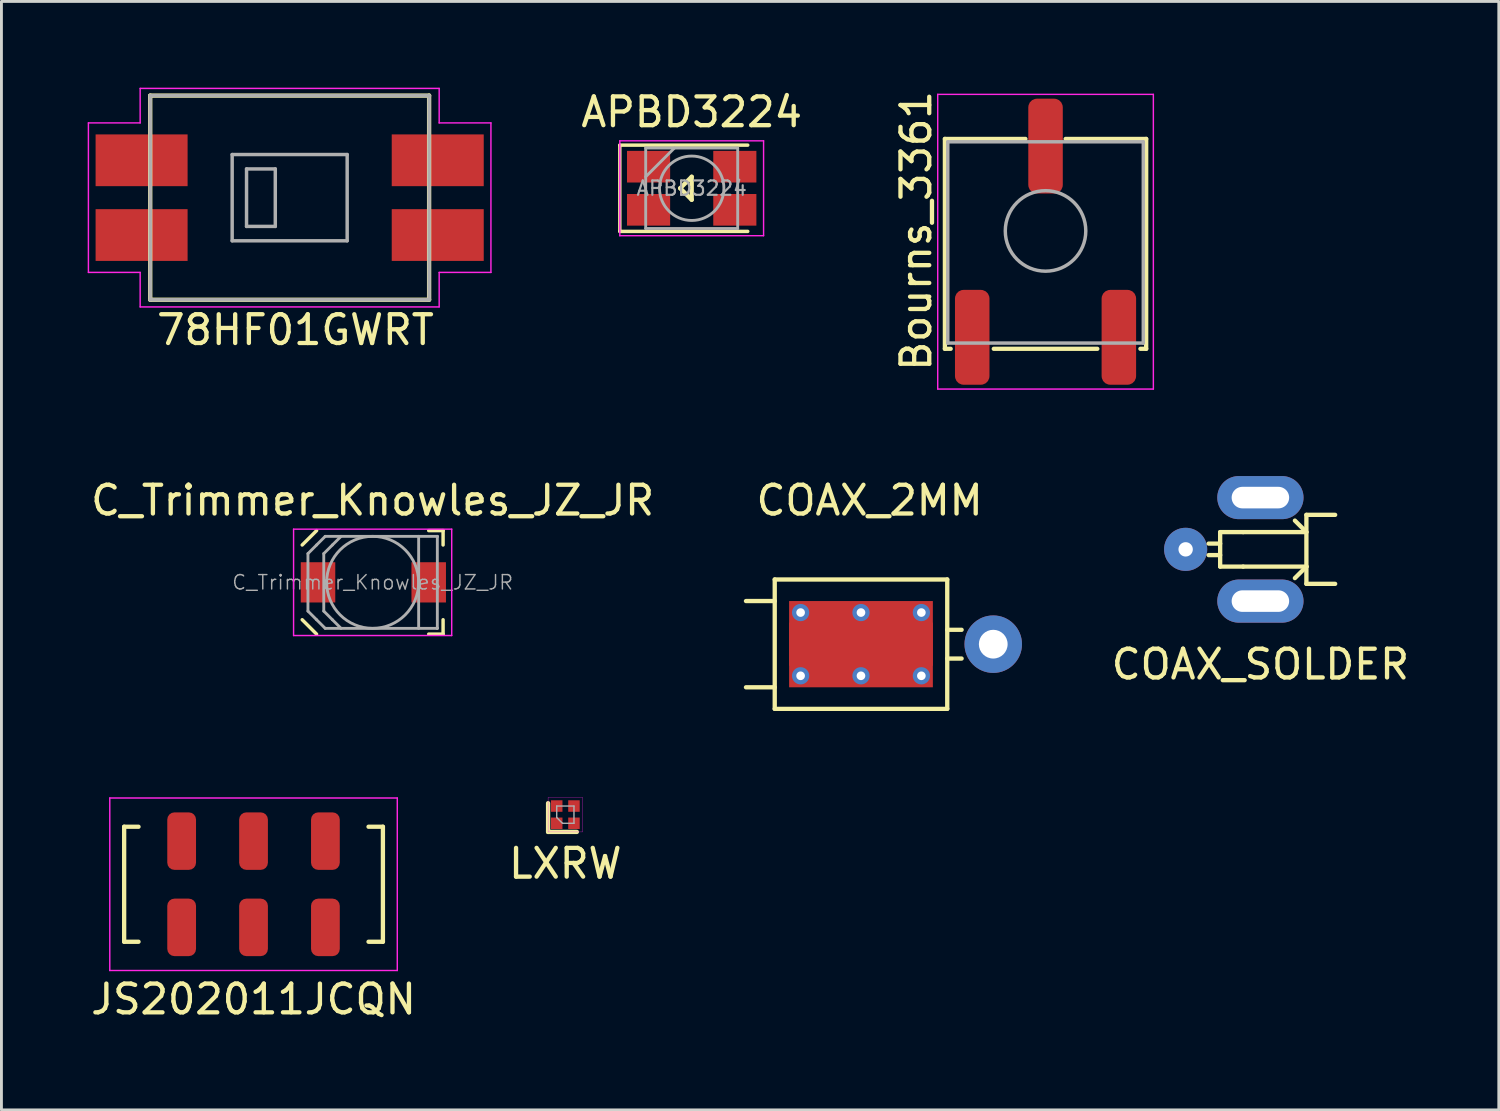
<source format=kicad_pcb>
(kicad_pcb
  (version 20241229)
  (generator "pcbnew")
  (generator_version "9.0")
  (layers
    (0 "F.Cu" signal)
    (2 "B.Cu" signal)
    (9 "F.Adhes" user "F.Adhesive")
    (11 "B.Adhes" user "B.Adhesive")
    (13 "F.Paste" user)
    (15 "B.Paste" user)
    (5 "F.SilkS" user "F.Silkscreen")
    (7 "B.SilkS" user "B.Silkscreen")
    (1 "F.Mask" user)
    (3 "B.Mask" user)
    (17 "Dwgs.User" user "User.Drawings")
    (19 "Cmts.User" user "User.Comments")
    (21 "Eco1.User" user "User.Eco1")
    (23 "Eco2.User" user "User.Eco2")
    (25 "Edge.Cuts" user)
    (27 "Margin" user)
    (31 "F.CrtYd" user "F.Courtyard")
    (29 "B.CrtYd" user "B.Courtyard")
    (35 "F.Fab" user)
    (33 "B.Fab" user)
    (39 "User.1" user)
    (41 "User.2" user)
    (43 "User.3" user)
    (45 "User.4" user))
  (footprint "Bourns_3361"
    (layer "F.Cu")
    (at 33.315 4.982)
    (property "Reference" "Bourns_3361" (at -4.5 0 90) (layer "F.SilkS") (effects (font (size 1 1) (thickness 0.15))))
    (attr through_hole)
    (fp_line (start -3.5 -3.2) (end -3.5 4.1) (stroke (width 0.15) (type solid)) (layer "F.SilkS"))
    (fp_line (start -3.5 4.1) (end -3.3 4.1) (stroke (width 0.15) (type solid)) (layer "F.SilkS"))
    (fp_line (start -1.8 4.1) (end 1.8 4.1) (stroke (width 0.15) (type solid)) (layer "F.SilkS"))
    (fp_line (start -0.7 -3.2) (end -3.5 -3.2) (stroke (width 0.15) (type solid)) (layer "F.SilkS"))
    (fp_line (start 3.3 4.1) (end 3.5 4.1) (stroke (width 0.15) (type solid)) (layer "F.SilkS"))
    (fp_line (start 3.5 -3.2) (end 0.7 -3.2) (stroke (width 0.15) (type solid)) (layer "F.SilkS"))
    (fp_line (start 3.5 4.1) (end 3.5 -3.2) (stroke (width 0.15) (type solid)) (layer "F.SilkS"))
    (fp_line (start -3.75 -4.75) (end 3.75 -4.75) (stroke (width 0.05) (type solid)) (layer "F.CrtYd"))
    (fp_line (start -3.75 5.5) (end -3.75 -4.75) (stroke (width 0.05) (type solid)) (layer "F.CrtYd"))
    (fp_line (start 3.75 -4.75) (end 3.75 5.5) (stroke (width 0.05) (type solid)) (layer "F.CrtYd"))
    (fp_line (start 3.75 5.5) (end -3.75 5.5) (stroke (width 0.05) (type solid)) (layer "F.CrtYd"))
    (fp_line (start -3.4 -3.1) (end -3.4 3.9) (stroke (width 0.12) (type solid)) (layer "F.Fab"))
    (fp_line (start -3.4 3.9) (end 3.4 3.9) (stroke (width 0.12) (type solid)) (layer "F.Fab"))
    (fp_line (start 3.4 -3.1) (end -3.4 -3.1) (stroke (width 0.12) (type solid)) (layer "F.Fab"))
    (fp_line (start 3.4 3.9) (end 3.4 -3.1) (stroke (width 0.12) (type solid)) (layer "F.Fab"))
    (fp_circle (center 0 0) (end 1.4 0) (stroke (width 0.12) (type solid)) (fill no) (layer "F.Fab"))
    (pad "1" smd roundrect (at -2.55 3.7) (size 1.2 3.3) (layers "F.Cu" "F.Mask" "F.Paste") (roundrect_rratio 0.25))
    (pad "2" smd roundrect (at 0 -2.95) (size 1.2 3.3) (layers "F.Cu" "F.Mask" "F.Paste") (roundrect_rratio 0.25))
    (pad "3" smd roundrect (at 2.55 3.7) (size 1.2 3.3) (layers "F.Cu" "F.Mask" "F.Paste") (roundrect_rratio 0.25)))
  (footprint "C_Trimmer_Knowles_JZ_JR"
    (layer "F.Cu")
    (at 9.911 17.205)
    (property "Reference" "C_Trimmer_Knowles_JZ_JR" (at 0 -2.85 0) (layer "F.SilkS") (effects (font (size 1 1) (thickness 0.15))))
    (attr smd)
    (fp_line (start -2.45 -1.3) (end -1.95 -1.8) (stroke (width 0.12) (type solid)) (layer "F.SilkS"))
    (fp_line (start -2.45 1.3) (end -1.95 1.8) (stroke (width 0.12) (type solid)) (layer "F.SilkS"))
    (fp_line (start 2.45 -1.8) (end 1.95 -1.8) (stroke (width 0.12) (type solid)) (layer "F.SilkS"))
    (fp_line (start 2.45 -1.8) (end 2.45 -1.3) (stroke (width 0.12) (type solid)) (layer "F.SilkS"))
    (fp_line (start 2.45 1.8) (end 1.95 1.8) (stroke (width 0.12) (type solid)) (layer "F.SilkS"))
    (fp_line (start 2.45 1.8) (end 2.45 1.3) (stroke (width 0.12) (type solid)) (layer "F.SilkS"))
    (fp_line (start -2.75 -1.85) (end -2.75 1.85) (stroke (width 0.05) (type solid)) (layer "F.CrtYd"))
    (fp_line (start -2.75 1.85) (end 2.75 1.85) (stroke (width 0.05) (type solid)) (layer "F.CrtYd"))
    (fp_line (start 2.75 -1.85) (end -2.75 -1.85) (stroke (width 0.05) (type solid)) (layer "F.CrtYd"))
    (fp_line (start 2.75 1.85) (end 2.75 -1.85) (stroke (width 0.05) (type solid)) (layer "F.CrtYd"))
    (fp_line (start -2.25 -1) (end -1.95 -1.3) (stroke (width 0.1) (type solid)) (layer "F.Fab"))
    (fp_line (start -2.25 1) (end -2.25 -1) (stroke (width 0.1) (type solid)) (layer "F.Fab"))
    (fp_line (start -1.95 -1.3) (end -1.65 -1.6) (stroke (width 0.1) (type solid)) (layer "F.Fab"))
    (fp_line (start -1.95 1.3) (end -2.25 1) (stroke (width 0.1) (type solid)) (layer "F.Fab"))
    (fp_line (start -1.7 -1) (end -1.4 -1.3) (stroke (width 0.1) (type solid)) (layer "F.Fab"))
    (fp_line (start -1.7 1) (end -1.7 -1) (stroke (width 0.1) (type solid)) (layer "F.Fab"))
    (fp_line (start -1.65 -1.6) (end 2.24 -1.6) (stroke (width 0.1) (type solid)) (layer "F.Fab"))
    (fp_line (start -1.65 1.6) (end -1.95 1.3) (stroke (width 0.1) (type solid)) (layer "F.Fab"))
    (fp_line (start -1.4 -1.3) (end -1.1 -1.6) (stroke (width 0.1) (type solid)) (layer "F.Fab"))
    (fp_line (start -1.4 1.3) (end -1.7 1) (stroke (width 0.1) (type solid)) (layer "F.Fab"))
    (fp_line (start -1.1 1.6) (end -1.4 1.3) (stroke (width 0.1) (type solid)) (layer "F.Fab"))
    (fp_line (start 1.6 1.6) (end 1.6 -1.6) (stroke (width 0.1) (type solid)) (layer "F.Fab"))
    (fp_line (start 2.24 -1.6) (end 2.25 -1.6) (stroke (width 0.1) (type solid)) (layer "F.Fab"))
    (fp_line (start 2.24 1.6) (end -1.65 1.6) (stroke (width 0.1) (type solid)) (layer "F.Fab"))
    (fp_line (start 2.25 -1.6) (end 2.25 -1.59) (stroke (width 0.1) (type solid)) (layer "F.Fab"))
    (fp_line (start 2.25 -1.59) (end 2.25 1.59) (stroke (width 0.1) (type solid)) (layer "F.Fab"))
    (fp_line (start 2.25 1.59) (end 2.25 1.6) (stroke (width 0.1) (type solid)) (layer "F.Fab"))
    (fp_line (start 2.25 1.6) (end 2.24 1.6) (stroke (width 0.1) (type solid)) (layer "F.Fab"))
    (fp_circle (center 0 0) (end 1.6 0) (stroke (width 0.1) (type solid)) (fill no) (layer "F.Fab"))
    (fp_text user "${REFERENCE}" (at 0 0 0) (layer "F.Fab") (effects (font (size 0.5 0.5) (thickness 0.05))))
    (pad "1" smd rect (at -1.9 0) (size 1.2 1.4) (layers "F.Cu" "F.Mask" "F.Paste"))
    (pad "2" smd rect (at 1.95 0) (size 1.2 1.4) (layers "F.Cu" "F.Mask" "F.Paste")))
  (footprint "78HF01GWRT"
    (layer "F.Cu")
    (at 7.025 3.825)
    (property "Reference" "78HF01GWRT" (at 0.2 4.6 0) (layer "F.SilkS") (effects (font (size 1 1) (thickness 0.15))))
    (attr through_hole)
    (fp_line (start -4.85 -3.55) (end -4.85 3.55) (stroke (width 0.15) (type solid)) (layer "F.SilkS"))
    (fp_line (start -4.85 3.55) (end 4.85 3.55) (stroke (width 0.15) (type solid)) (layer "F.SilkS"))
    (fp_line (start 4.85 -3.55) (end -4.85 -3.55) (stroke (width 0.15) (type solid)) (layer "F.SilkS"))
    (fp_line (start 4.85 3.55) (end 4.85 -3.55) (stroke (width 0.15) (type solid)) (layer "F.SilkS"))
    (fp_line (start -7 -2.6) (end -5.2 -2.6) (stroke (width 0.05) (type solid)) (layer "F.CrtYd"))
    (fp_line (start -7 2.6) (end -7 -2.6) (stroke (width 0.05) (type solid)) (layer "F.CrtYd"))
    (fp_line (start -7 2.6) (end -5.2 2.6) (stroke (width 0.05) (type solid)) (layer "F.CrtYd"))
    (fp_line (start -5.2 -3.8) (end -5.2 -2.6) (stroke (width 0.05) (type solid)) (layer "F.CrtYd"))
    (fp_line (start -5.2 -3.8) (end 5.2 -3.8) (stroke (width 0.05) (type solid)) (layer "F.CrtYd"))
    (fp_line (start -5.2 2.6) (end -5.2 3.8) (stroke (width 0.05) (type solid)) (layer "F.CrtYd"))
    (fp_line (start 5.2 -3.8) (end 5.2 -2.6) (stroke (width 0.05) (type solid)) (layer "F.CrtYd"))
    (fp_line (start 5.2 -2.6) (end 7 -2.6) (stroke (width 0.05) (type solid)) (layer "F.CrtYd"))
    (fp_line (start 5.2 2.6) (end 5.2 3.8) (stroke (width 0.05) (type solid)) (layer "F.CrtYd"))
    (fp_line (start 5.2 2.6) (end 7 2.6) (stroke (width 0.05) (type solid)) (layer "F.CrtYd"))
    (fp_line (start 5.2 3.8) (end -5.2 3.8) (stroke (width 0.05) (type solid)) (layer "F.CrtYd"))
    (fp_line (start 7 -2.6) (end 7 2.6) (stroke (width 0.05) (type solid)) (layer "F.CrtYd"))
    (fp_line (start -4.85 -3.55) (end -4.85 3.55) (stroke (width 0.12) (type solid)) (layer "F.Fab"))
    (fp_line (start -4.85 3.55) (end 4.85 3.55) (stroke (width 0.12) (type solid)) (layer "F.Fab"))
    (fp_line (start -2 -1.5) (end 2 -1.5) (stroke (width 0.12) (type solid)) (layer "F.Fab"))
    (fp_line (start -2 1.5) (end -2 -1.5) (stroke (width 0.12) (type solid)) (layer "F.Fab"))
    (fp_line (start -1.5 -1) (end -1.5 1) (stroke (width 0.12) (type solid)) (layer "F.Fab"))
    (fp_line (start -1.5 1) (end -0.5 1) (stroke (width 0.12) (type solid)) (layer "F.Fab"))
    (fp_line (start -0.5 -1) (end -1.5 -1) (stroke (width 0.12) (type solid)) (layer "F.Fab"))
    (fp_line (start -0.5 1) (end -0.5 -1) (stroke (width 0.12) (type solid)) (layer "F.Fab"))
    (fp_line (start 2 -1.5) (end 2 1.5) (stroke (width 0.12) (type solid)) (layer "F.Fab"))
    (fp_line (start 2 1.5) (end -2 1.5) (stroke (width 0.12) (type solid)) (layer "F.Fab"))
    (fp_line (start 4.85 -3.55) (end -4.85 -3.55) (stroke (width 0.12) (type solid)) (layer "F.Fab"))
    (fp_line (start 4.85 3.55) (end 4.85 -3.55) (stroke (width 0.12) (type solid)) (layer "F.Fab"))
    (pad "1" smd rect (at -5.15 -1.3 90) (size 1.8 3.2) (layers "F.Cu" "F.Mask" "F.Paste"))
    (pad "2" smd rect (at 5.15 -1.3 90) (size 1.8 3.2) (layers "F.Cu" "F.Mask" "F.Paste"))
    (pad "3" smd rect (at -5.15 1.3 90) (size 1.8 3.2) (layers "F.Cu" "F.Mask" "F.Paste"))
    (pad "4" smd rect (at 5.15 1.3 90) (size 1.8 3.2) (layers "F.Cu" "F.Mask" "F.Paste")))
  (footprint "COAX_2MM"
    (layer "F.Cu")
    (at 26.896 19.355)
    (property "Reference" "COAX_2MM" (at 0.3 -5 0) (layer "F.SilkS") (effects (font (size 1 1) (thickness 0.15))))
    (attr smd)
    (fp_line (start -4 -1.5) (end -3 -1.5) (stroke (width 0.15) (type solid)) (layer "F.SilkS"))
    (fp_line (start -4 1.5) (end -3 1.5) (stroke (width 0.15) (type solid)) (layer "F.SilkS"))
    (fp_line (start -3 -2.25) (end 3 -2.25) (stroke (width 0.15) (type solid)) (layer "F.SilkS"))
    (fp_line (start -3 2.25) (end -3 -2.25) (stroke (width 0.15) (type solid)) (layer "F.SilkS"))
    (fp_line (start 3 -2.25) (end 3 2.25) (stroke (width 0.15) (type solid)) (layer "F.SilkS"))
    (fp_line (start 3 -0.5) (end 3.5 -0.5) (stroke (width 0.15) (type solid)) (layer "F.SilkS"))
    (fp_line (start 3 0.5) (end 3.5 0.5) (stroke (width 0.15) (type solid)) (layer "F.SilkS"))
    (fp_line (start 3 2.25) (end -3 2.25) (stroke (width 0.15) (type solid)) (layer "F.SilkS"))
    (pad "1" thru_hole circle (at 4.6 0) (size 2 2) (drill 1) (layers "*.Cu" "*.Mask"))
    (pad "2" thru_hole circle (at -2.1 -1.1) (size 0.6 0.6) (drill 0.3) (layers "*.Cu" "*.Mask"))
    (pad "2" thru_hole circle (at -2.1 1.1) (size 0.6 0.6) (drill 0.3) (layers "*.Cu" "*.Mask"))
    (pad "2" smd rect (at -1.5 0) (size 2 1.5) (layers "F.Cu" "F.Mask" "F.Paste"))
    (pad "2" thru_hole circle (at 0 -1.1) (size 0.6 0.6) (drill 0.3) (layers "*.Cu" "*.Mask"))
    (pad "2" smd rect (at 0 0) (size 5 3) (layers "F.Cu" "F.Mask"))
    (pad "2" thru_hole circle (at 0 1.1) (size 0.6 0.6) (drill 0.3) (layers "*.Cu" "*.Mask"))
    (pad "2" smd rect (at 1.5 0) (size 2 1.5) (layers "F.Cu" "F.Mask" "F.Paste"))
    (pad "2" thru_hole circle (at 2.1 -1.1) (size 0.6 0.6) (drill 0.3) (layers "*.Cu" "*.Mask"))
    (pad "2" thru_hole circle (at 2.1 1.1) (size 0.6 0.6) (drill 0.3) (layers "*.Cu" "*.Mask")))
  (footprint "COAX_SOLDER"
    (layer "F.Cu")
    (at 38.188 16.057)
    (property "Reference" "COAX_SOLDER" (at 2.6 4 0) (layer "F.SilkS") (effects (font (size 1 1) (thickness 0.15))))
    (attr through_hole)
    (fp_line (start 0.8 0.2) (end 1.2 0.2) (stroke (width 0.15) (type solid)) (layer "F.SilkS"))
    (fp_line (start 1.2 -0.6) (end 2 -0.6) (stroke (width 0.15) (type solid)) (layer "F.SilkS"))
    (fp_line (start 1.2 -0.2) (end 0.8 -0.2) (stroke (width 0.15) (type solid)) (layer "F.SilkS"))
    (fp_line (start 1.2 0.6) (end 1.2 -0.6) (stroke (width 0.15) (type solid)) (layer "F.SilkS"))
    (fp_line (start 1.2 0.6) (end 2 0.6) (stroke (width 0.15) (type solid)) (layer "F.SilkS"))
    (fp_line (start 2 -0.6) (end 4.2 -0.6) (stroke (width 0.15) (type solid)) (layer "F.SilkS"))
    (fp_line (start 2 0.6) (end 4.2 0.6) (stroke (width 0.15) (type solid)) (layer "F.SilkS"))
    (fp_line (start 4.2 -1.2) (end 5.2 -1.2) (stroke (width 0.15) (type solid)) (layer "F.SilkS"))
    (fp_line (start 4.2 -0.6) (end 3.8 -1) (stroke (width 0.15) (type solid)) (layer "F.SilkS"))
    (fp_line (start 4.2 0.6) (end 3.8 1) (stroke (width 0.15) (type solid)) (layer "F.SilkS"))
    (fp_line (start 4.2 0.6) (end 4.2 -1.2) (stroke (width 0.15) (type solid)) (layer "F.SilkS"))
    (fp_line (start 4.2 0.6) (end 4.2 1.2) (stroke (width 0.15) (type solid)) (layer "F.SilkS"))
    (fp_line (start 4.2 1.2) (end 5.2 1.2) (stroke (width 0.15) (type solid)) (layer "F.SilkS"))
    (pad "1" thru_hole circle (at 0 0) (size 1.5 1.5) (drill 0.5) (layers "*.Cu" "*.Mask"))
    (pad "2" thru_hole oval (at 2.6 -1.8) (size 3 1.5) (drill oval 2 0.75) (layers "*.Cu" "*.Mask"))
    (pad "2" thru_hole oval (at 2.6 1.8) (size 3 1.5) (drill oval 2 0.75) (layers "*.Cu" "*.Mask")))
  (footprint "APBD3224"
    (layer "F.Cu")
    (at 21.008 3.498)
    (property "Reference" "APBD3224" (at 0 -2.65 0) (layer "F.SilkS") (effects (font (size 1 1) (thickness 0.15))))
    (attr smd)
    (fp_line (start -2.5 -1.5) (end 1.95 -1.5) (stroke (width 0.12) (type solid)) (layer "F.SilkS"))
    (fp_line (start -2.5 1.5) (end -2.5 -1.5) (stroke (width 0.12) (type solid)) (layer "F.SilkS"))
    (fp_line (start -2.5 1.5) (end 1.95 1.5) (stroke (width 0.12) (type solid)) (layer "F.SilkS"))
    (fp_line (start -0.4 0) (end 0 -0.4) (stroke (width 0.15) (type solid)) (layer "F.SilkS"))
    (fp_line (start 0 -0.4) (end 0 0.4) (stroke (width 0.15) (type solid)) (layer "F.SilkS"))
    (fp_line (start 0 0.4) (end -0.4 0) (stroke (width 0.15) (type solid)) (layer "F.SilkS"))
    (fp_line (start -2.5 -1.65) (end -2.5 1.65) (stroke (width 0.05) (type solid)) (layer "F.CrtYd"))
    (fp_line (start -2.5 -1.65) (end 2.5 -1.65) (stroke (width 0.05) (type solid)) (layer "F.CrtYd"))
    (fp_line (start 2.5 1.65) (end -2.5 1.65) (stroke (width 0.05) (type solid)) (layer "F.CrtYd"))
    (fp_line (start 2.5 1.65) (end 2.5 -1.65) (stroke (width 0.05) (type solid)) (layer "F.CrtYd"))
    (fp_line (start -1.6 -1.4) (end -1.6 1.4) (stroke (width 0.1) (type solid)) (layer "F.Fab"))
    (fp_line (start -1.6 1.4) (end 1.6 1.4) (stroke (width 0.1) (type solid)) (layer "F.Fab"))
    (fp_line (start -0.6 -1.4) (end -1.6 -0.4) (stroke (width 0.1) (type solid)) (layer "F.Fab"))
    (fp_line (start 1.6 -1.4) (end -1.6 -1.4) (stroke (width 0.1) (type solid)) (layer "F.Fab"))
    (fp_line (start 1.6 1.4) (end 1.6 -1.4) (stroke (width 0.1) (type solid)) (layer "F.Fab"))
    (fp_circle (center 0 0) (end 1.12 0) (stroke (width 0.1) (type solid)) (fill no) (layer "F.Fab"))
    (fp_text user "${REFERENCE}" (at 0 0 0) (layer "F.Fab") (effects (font (size 0.5 0.5) (thickness 0.075))))
    (pad "1" smd rect (at 1.5 -0.75) (size 1.5 1.1) (layers "F.Cu" "F.Mask" "F.Paste"))
    (pad "2" smd rect (at -1.5 -0.75) (size 1.5 1.1) (layers "F.Cu" "F.Mask" "F.Paste"))
    (pad "3" smd rect (at 1.5 0.75) (size 1.5 1.1) (layers "F.Cu" "F.Mask" "F.Paste"))
    (pad "4" smd rect (at -1.5 0.75) (size 1.5 1.1) (layers "F.Cu" "F.Mask" "F.Paste")))
  (footprint "JS202011JCQN"
    (layer "F.Cu")
    (at 5.768 27.705)
    (property "Reference" "JS202011JCQN" (at 0 4 0) (layer "F.SilkS") (effects (font (size 1 1) (thickness 0.15))))
    (attr through_hole)
    (fp_line (start -4.5 -2) (end -4.5 2) (stroke (width 0.15) (type solid)) (layer "F.SilkS"))
    (fp_line (start -4.5 2) (end -4 2) (stroke (width 0.15) (type solid)) (layer "F.SilkS"))
    (fp_line (start -4 -2) (end -4.5 -2) (stroke (width 0.15) (type solid)) (layer "F.SilkS"))
    (fp_line (start 4 2) (end 4.5 2) (stroke (width 0.15) (type solid)) (layer "F.SilkS"))
    (fp_line (start 4.5 -2) (end 4 -2) (stroke (width 0.15) (type solid)) (layer "F.SilkS"))
    (fp_line (start 4.5 2) (end 4.5 -2) (stroke (width 0.15) (type solid)) (layer "F.SilkS"))
    (fp_line (start -5 -3) (end 5 -3) (stroke (width 0.05) (type solid)) (layer "F.CrtYd"))
    (fp_line (start -5 3) (end -5 -3) (stroke (width 0.05) (type solid)) (layer "F.CrtYd"))
    (fp_line (start 5 -3) (end 5 3) (stroke (width 0.05) (type solid)) (layer "F.CrtYd"))
    (fp_line (start 5 3) (end -5 3) (stroke (width 0.05) (type solid)) (layer "F.CrtYd"))
    (pad "1" smd roundrect (at -2.5 -1.5) (size 1 2) (layers "F.Cu" "F.Mask" "F.Paste") (roundrect_rratio 0.25))
    (pad "2" smd roundrect (at 0 -1.5) (size 1 2) (layers "F.Cu" "F.Mask" "F.Paste") (roundrect_rratio 0.25))
    (pad "3" smd roundrect (at 2.5 -1.5) (size 1 2) (layers "F.Cu" "F.Mask" "F.Paste") (roundrect_rratio 0.25))
    (pad "4" smd roundrect (at -2.5 1.5) (size 1 2) (layers "F.Cu" "F.Mask" "F.Paste") (roundrect_rratio 0.25))
    (pad "5" smd roundrect (at 0 1.5) (size 1 2) (layers "F.Cu" "F.Mask" "F.Paste") (roundrect_rratio 0.25))
    (pad "6" smd roundrect (at 2.5 1.5) (size 1 2) (layers "F.Cu" "F.Mask" "F.Paste") (roundrect_rratio 0.25)))
  (footprint "LXRW"
    (layer "F.Cu")
    (at 16.613 25.285)
    (property "Reference" "LXRW" (at 0 1.7 0) (layer "F.SilkS") (effects (font (size 1 1) (thickness 0.15))))
    (attr through_hole)
    (fp_line (start -0.6 -0.4) (end -0.6 0.6) (stroke (width 0.15) (type solid)) (layer "F.SilkS"))
    (fp_line (start -0.6 0.6) (end 0.4 0.6) (stroke (width 0.15) (type solid)) (layer "F.SilkS"))
    (fp_line (start -0.6 -0.6) (end 0.6 -0.6) (stroke (width 0.01) (type solid)) (layer "F.CrtYd"))
    (fp_line (start -0.6 0.6) (end -0.6 -0.6) (stroke (width 0.01) (type solid)) (layer "F.CrtYd"))
    (fp_line (start 0.6 -0.6) (end 0.6 0.6) (stroke (width 0.01) (type solid)) (layer "F.CrtYd"))
    (fp_line (start 0.6 0.6) (end -0.6 0.6) (stroke (width 0.01) (type solid)) (layer "F.CrtYd"))
    (fp_line (start -0.3 -0.3) (end 0.3 -0.3) (stroke (width 0.05) (type solid)) (layer "F.Fab"))
    (fp_line (start -0.3 0.1) (end -0.3 -0.3) (stroke (width 0.05) (type solid)) (layer "F.Fab"))
    (fp_line (start -0.3 0.1) (end -0.1 0.3) (stroke (width 0.05) (type solid)) (layer "F.Fab"))
    (fp_line (start 0.3 -0.3) (end 0.3 0.3) (stroke (width 0.05) (type solid)) (layer "F.Fab"))
    (fp_line (start 0.3 0.3) (end -0.1 0.3) (stroke (width 0.05) (type solid)) (layer "F.Fab"))
    (pad "1" smd rect (at -0.3 0.3) (size 0.4 0.4) (layers "F.Cu" "F.Mask" "F.Paste"))
    (pad "2" smd rect (at -0.3 -0.3) (size 0.4 0.4) (layers "F.Cu" "F.Mask" "F.Paste"))
    (pad "3" smd rect (at 0.3 -0.3) (size 0.4 0.4) (layers "F.Cu" "F.Mask" "F.Paste"))
    (pad "4" smd rect (at 0.3 0.3) (size 0.4 0.4) (layers "F.Cu" "F.Mask" "F.Paste")))
  (gr_rect
    (start -3 -3)
    (end 49.08 35.554)
    (stroke (width 0.1) (type default))
    (fill no)
    (layer "Edge.Cuts")))
</source>
